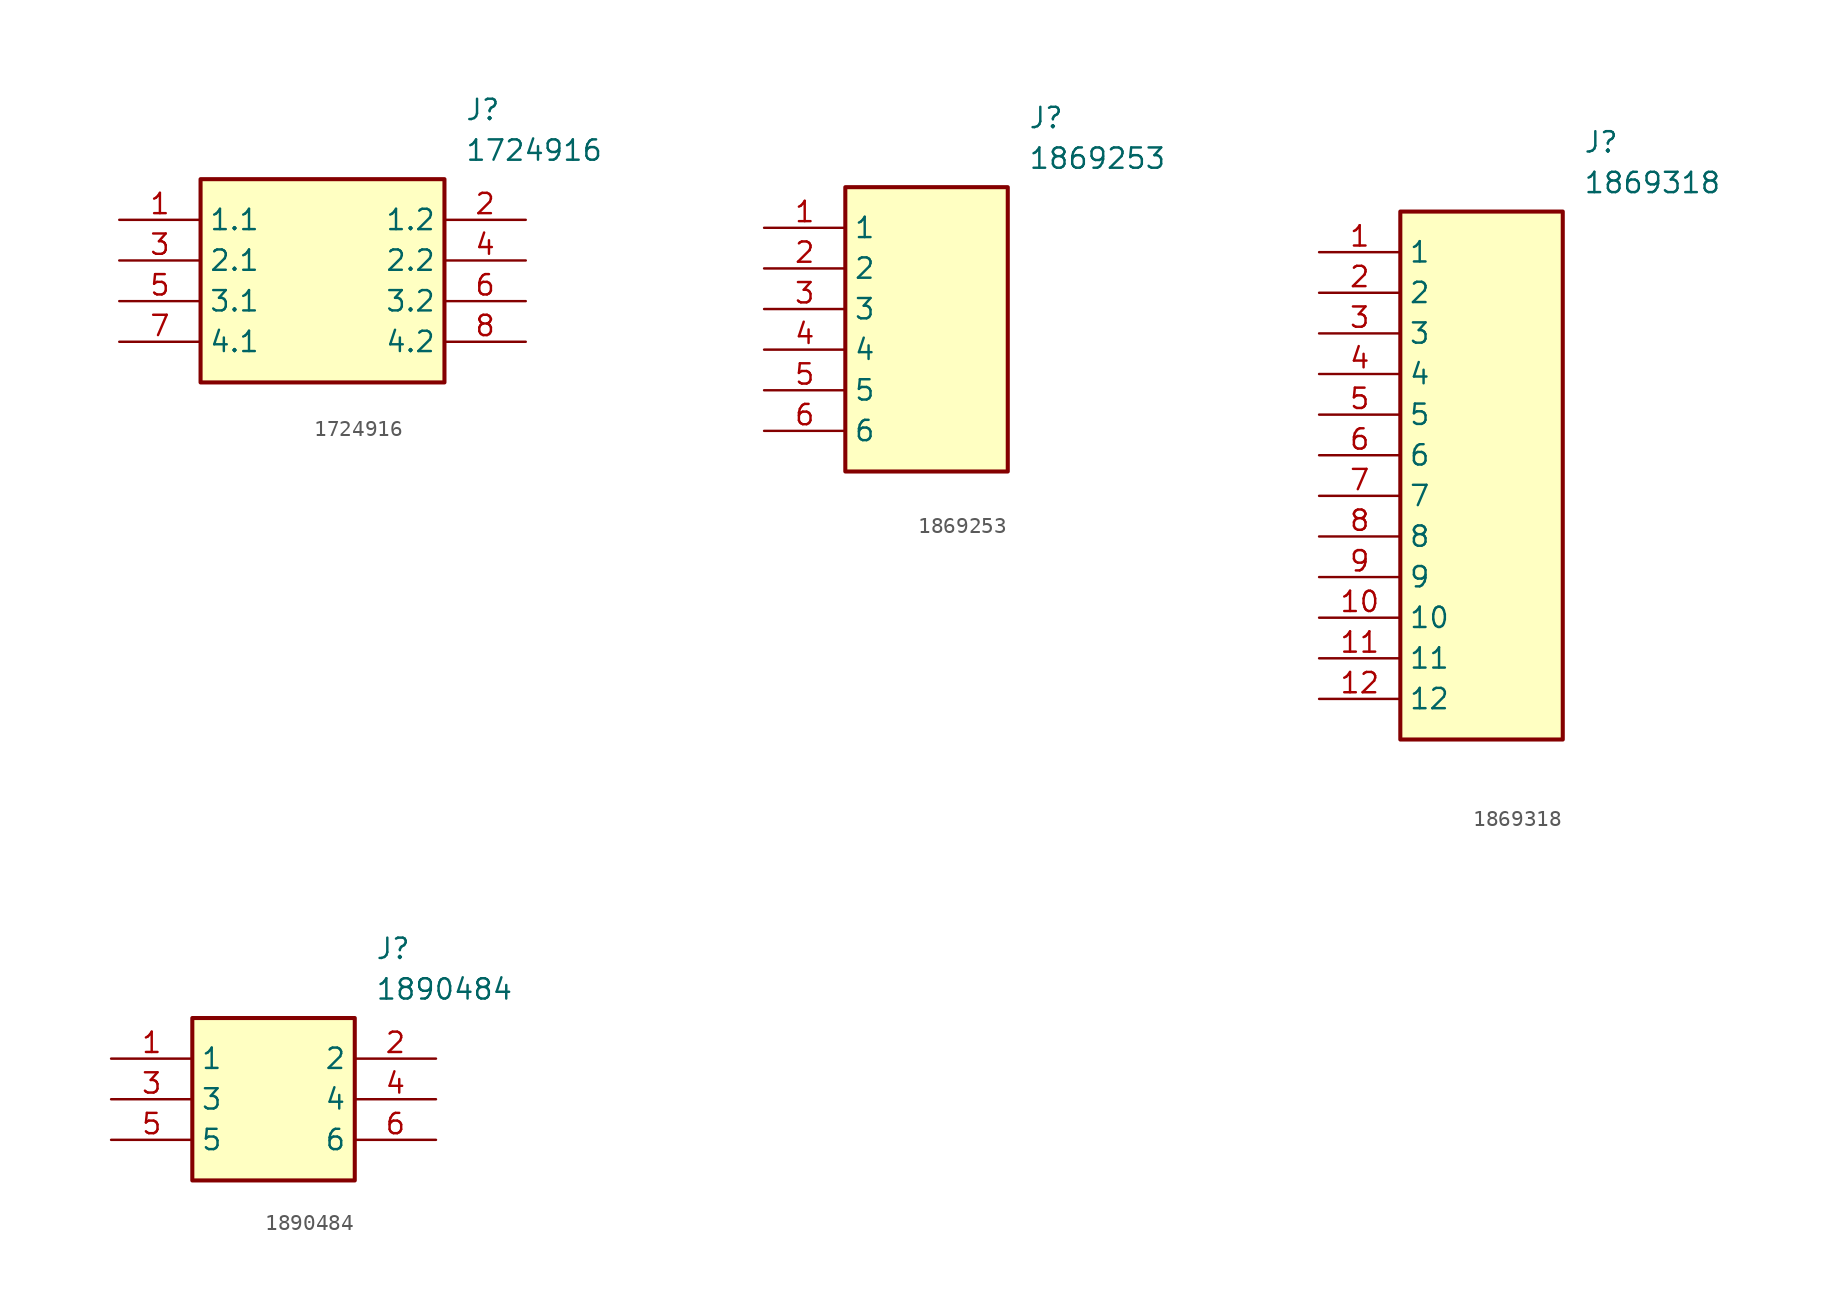
<source format=kicad_sym>
(kicad_symbol_lib
  (version 20231120)
  (generator "kicad_symbol_editor")
  (generator_version "8.0")
  (symbol "1724916"
    (property "Reference" "J"
      (at 21.59 7.62 0)
      (effects (font (size 1.27 1.27)) (justify left top)))
    (property "Value" "1724916"
      (at 21.59 5.08 0)
      (effects (font (size 1.27 1.27)) (justify left top)))
    (symbol "1724916_1_1"
      (rectangle (start 5.08 2.54) (end 20.32 -10.16) (stroke (width 0.254) (type default)) (fill (type background)))
      (pin passive line (at 0 0 0) (length 5.08) (name "1.1" (effects (font (size 1.27 1.27)))) (number "1" (effects (font (size 1.27 1.27)))))
      (pin passive line (at 25.4 0 180) (length 5.08) (name "1.2" (effects (font (size 1.27 1.27)))) (number "2" (effects (font (size 1.27 1.27)))))
      (pin passive line (at 0 -2.54 0) (length 5.08) (name "2.1" (effects (font (size 1.27 1.27)))) (number "3" (effects (font (size 1.27 1.27)))))
      (pin passive line (at 25.4 -2.54 180) (length 5.08) (name "2.2" (effects (font (size 1.27 1.27)))) (number "4" (effects (font (size 1.27 1.27)))))
      (pin passive line (at 0 -5.08 0) (length 5.08) (name "3.1" (effects (font (size 1.27 1.27)))) (number "5" (effects (font (size 1.27 1.27)))))
      (pin passive line (at 25.4 -5.08 180) (length 5.08) (name "3.2" (effects (font (size 1.27 1.27)))) (number "6" (effects (font (size 1.27 1.27)))))
      (pin passive line (at 0 -7.62 0) (length 5.08) (name "4.1" (effects (font (size 1.27 1.27)))) (number "7" (effects (font (size 1.27 1.27)))))
      (pin passive line (at 25.4 -7.62 180) (length 5.08) (name "4.2" (effects (font (size 1.27 1.27)))) (number "8" (effects (font (size 1.27 1.27)))))))
  (symbol "1869253"
    (property "Reference" "J"
      (at 16.51 7.62 0)
      (effects (font (size 1.27 1.27)) (justify left top)))
    (property "Value" "1869253"
      (at 16.51 5.08 0)
      (effects (font (size 1.27 1.27)) (justify left top)))
    (symbol "1869253_1_1"
      (rectangle (start 5.08 2.54) (end 15.24 -15.24) (stroke (width 0.254) (type default)) (fill (type background)))
      (pin passive line (at 0 0 0) (length 5.08) (name "1" (effects (font (size 1.27 1.27)))) (number "1" (effects (font (size 1.27 1.27)))))
      (pin passive line (at 0 -2.54 0) (length 5.08) (name "2" (effects (font (size 1.27 1.27)))) (number "2" (effects (font (size 1.27 1.27)))))
      (pin passive line (at 0 -5.08 0) (length 5.08) (name "3" (effects (font (size 1.27 1.27)))) (number "3" (effects (font (size 1.27 1.27)))))
      (pin passive line (at 0 -7.62 0) (length 5.08) (name "4" (effects (font (size 1.27 1.27)))) (number "4" (effects (font (size 1.27 1.27)))))
      (pin passive line (at 0 -10.16 0) (length 5.08) (name "5" (effects (font (size 1.27 1.27)))) (number "5" (effects (font (size 1.27 1.27)))))
      (pin passive line (at 0 -12.7 0) (length 5.08) (name "6" (effects (font (size 1.27 1.27)))) (number "6" (effects (font (size 1.27 1.27)))))))
  (symbol "1869318"
    (property "Reference" "J"
      (at 16.51 7.62 0)
      (effects (font (size 1.27 1.27)) (justify left top)))
    (property "Value" "1869318"
      (at 16.51 5.08 0)
      (effects (font (size 1.27 1.27)) (justify left top)))
    (symbol "1869318_1_1"
      (rectangle (start 5.08 2.54) (end 15.24 -30.48) (stroke (width 0.254) (type default)) (fill (type background)))
      (pin passive line (at 0 0 0) (length 5.08) (name "1" (effects (font (size 1.27 1.27)))) (number "1" (effects (font (size 1.27 1.27)))))
      (pin passive line (at 0 -22.86 0) (length 5.08) (name "10" (effects (font (size 1.27 1.27)))) (number "10" (effects (font (size 1.27 1.27)))))
      (pin passive line (at 0 -25.4 0) (length 5.08) (name "11" (effects (font (size 1.27 1.27)))) (number "11" (effects (font (size 1.27 1.27)))))
      (pin passive line (at 0 -27.94 0) (length 5.08) (name "12" (effects (font (size 1.27 1.27)))) (number "12" (effects (font (size 1.27 1.27)))))
      (pin passive line (at 0 -2.54 0) (length 5.08) (name "2" (effects (font (size 1.27 1.27)))) (number "2" (effects (font (size 1.27 1.27)))))
      (pin passive line (at 0 -5.08 0) (length 5.08) (name "3" (effects (font (size 1.27 1.27)))) (number "3" (effects (font (size 1.27 1.27)))))
      (pin passive line (at 0 -7.62 0) (length 5.08) (name "4" (effects (font (size 1.27 1.27)))) (number "4" (effects (font (size 1.27 1.27)))))
      (pin passive line (at 0 -10.16 0) (length 5.08) (name "5" (effects (font (size 1.27 1.27)))) (number "5" (effects (font (size 1.27 1.27)))))
      (pin passive line (at 0 -12.7 0) (length 5.08) (name "6" (effects (font (size 1.27 1.27)))) (number "6" (effects (font (size 1.27 1.27)))))
      (pin passive line (at 0 -15.24 0) (length 5.08) (name "7" (effects (font (size 1.27 1.27)))) (number "7" (effects (font (size 1.27 1.27)))))
      (pin passive line (at 0 -17.78 0) (length 5.08) (name "8" (effects (font (size 1.27 1.27)))) (number "8" (effects (font (size 1.27 1.27)))))
      (pin passive line (at 0 -20.32 0) (length 5.08) (name "9" (effects (font (size 1.27 1.27)))) (number "9" (effects (font (size 1.27 1.27)))))))
  (symbol "1890484"
    (property "Reference" "J"
      (at 16.51 7.62 0)
      (effects (font (size 1.27 1.27)) (justify left top)))
    (property "Value" "1890484"
      (at 16.51 5.08 0)
      (effects (font (size 1.27 1.27)) (justify left top)))
    (symbol "1890484_1_1"
      (rectangle (start 5.08 2.54) (end 15.24 -7.62) (stroke (width 0.254) (type default)) (fill (type background)))
      (pin passive line (at 0 0 0) (length 5.08) (name "1" (effects (font (size 1.27 1.27)))) (number "1" (effects (font (size 1.27 1.27)))))
      (pin passive line (at 20.32 0 180) (length 5.08) (name "2" (effects (font (size 1.27 1.27)))) (number "2" (effects (font (size 1.27 1.27)))))
      (pin passive line (at 0 -2.54 0) (length 5.08) (name "3" (effects (font (size 1.27 1.27)))) (number "3" (effects (font (size 1.27 1.27)))))
      (pin passive line (at 20.32 -2.54 180) (length 5.08) (name "4" (effects (font (size 1.27 1.27)))) (number "4" (effects (font (size 1.27 1.27)))))
      (pin passive line (at 0 -5.08 0) (length 5.08) (name "5" (effects (font (size 1.27 1.27)))) (number "5" (effects (font (size 1.27 1.27)))))
      (pin passive line (at 20.32 -5.08 180) (length 5.08) (name "6" (effects (font (size 1.27 1.27)))) (number "6" (effects (font (size 1.27 1.27))))))))
</source>
